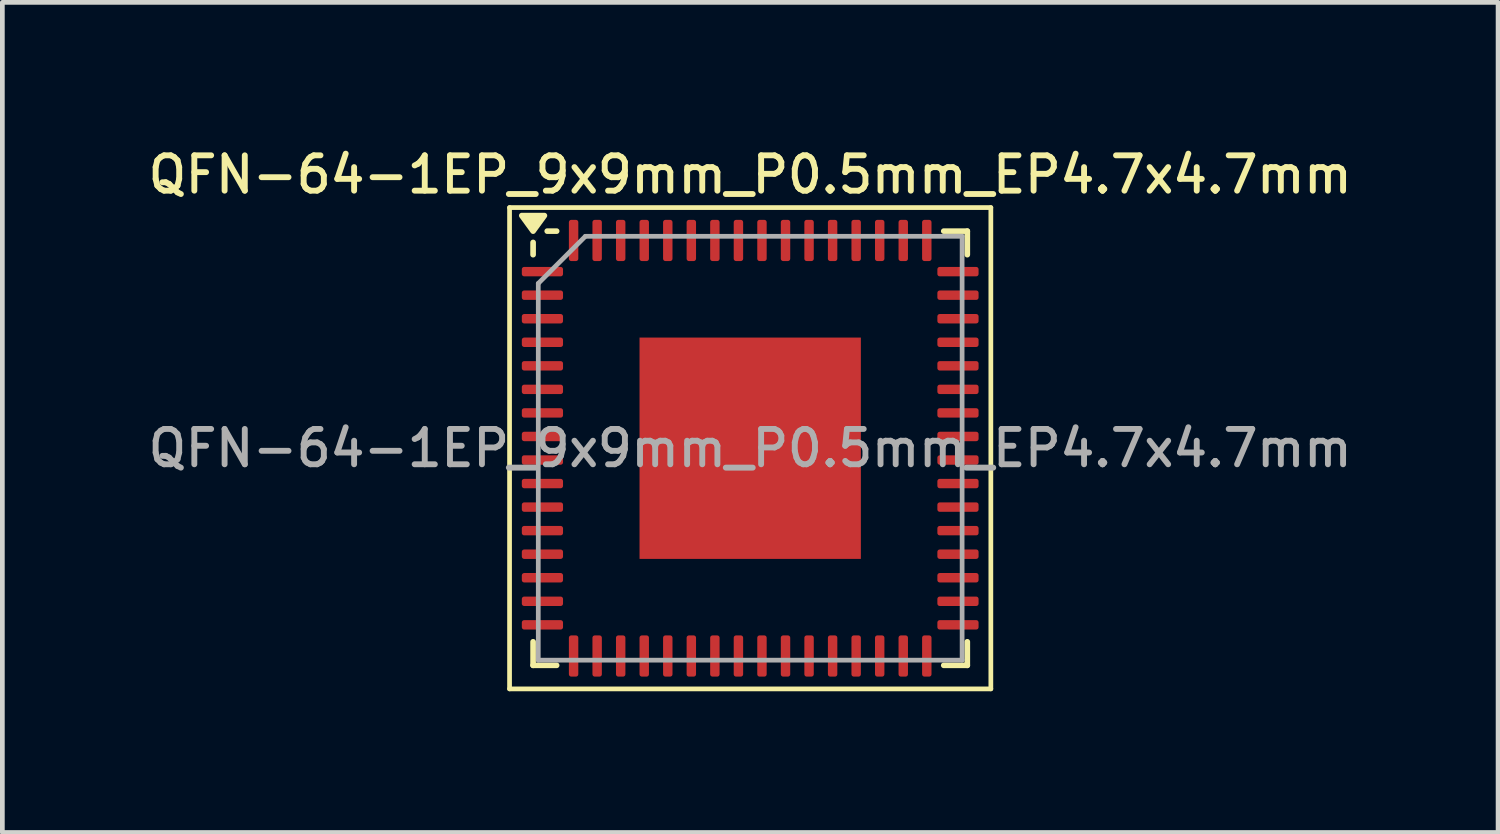
<source format=kicad_pcb>
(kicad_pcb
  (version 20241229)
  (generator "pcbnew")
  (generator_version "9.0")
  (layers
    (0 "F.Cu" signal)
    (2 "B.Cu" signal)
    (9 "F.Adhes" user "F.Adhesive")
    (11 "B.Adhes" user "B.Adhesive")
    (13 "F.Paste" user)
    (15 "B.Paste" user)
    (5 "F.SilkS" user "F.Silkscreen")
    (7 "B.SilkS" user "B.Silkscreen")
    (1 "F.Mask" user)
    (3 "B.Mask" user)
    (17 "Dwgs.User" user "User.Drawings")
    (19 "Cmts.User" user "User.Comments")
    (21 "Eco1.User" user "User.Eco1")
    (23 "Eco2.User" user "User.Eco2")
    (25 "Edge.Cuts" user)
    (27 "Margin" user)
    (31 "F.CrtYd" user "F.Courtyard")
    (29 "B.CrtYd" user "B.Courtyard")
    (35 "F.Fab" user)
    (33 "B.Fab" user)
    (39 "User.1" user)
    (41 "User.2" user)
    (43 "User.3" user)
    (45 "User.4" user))
  (footprint "QFN-64-1EP_9x9mm_P0.5mm_EP4.7x4.7mm"
    (layer "F.Cu")
    (at 12.88 6.468)
    (property "Reference" "QFN-64-1EP_9x9mm_P0.5mm_EP4.7x4.7mm" (at 0 -5.81 0) (layer "F.SilkS") (effects (font (size 0.75 0.75) (thickness 0.125))))
    (attr smd)
    (fp_line (start -5.11 -5.11) (end -5.11 5.11) (stroke (width 0.1) (type solid)) (layer "F.SilkS"))
    (fp_line (start -5.11 5.11) (end 5.11 5.11) (stroke (width 0.1) (type solid)) (layer "F.SilkS"))
    (fp_line (start -4.61 -4.11) (end -4.61 -4.37) (stroke (width 0.12) (type solid)) (layer "F.SilkS"))
    (fp_line (start -4.61 4.61) (end -4.61 4.11) (stroke (width 0.12) (type solid)) (layer "F.SilkS"))
    (fp_line (start -4.11 -4.61) (end -4.31 -4.61) (stroke (width 0.12) (type solid)) (layer "F.SilkS"))
    (fp_line (start -4.11 4.61) (end -4.61 4.61) (stroke (width 0.12) (type solid)) (layer "F.SilkS"))
    (fp_line (start 4.11 -4.61) (end 4.61 -4.61) (stroke (width 0.12) (type solid)) (layer "F.SilkS"))
    (fp_line (start 4.11 4.61) (end 4.61 4.61) (stroke (width 0.12) (type solid)) (layer "F.SilkS"))
    (fp_line (start 4.61 -4.61) (end 4.61 -4.11) (stroke (width 0.12) (type solid)) (layer "F.SilkS"))
    (fp_line (start 4.61 4.61) (end 4.61 4.11) (stroke (width 0.12) (type solid)) (layer "F.SilkS"))
    (fp_line (start 5.11 -5.11) (end -5.11 -5.11) (stroke (width 0.1) (type solid)) (layer "F.SilkS"))
    (fp_line (start 5.11 5.11) (end 5.11 -5.11) (stroke (width 0.1) (type solid)) (layer "F.SilkS"))
    (fp_poly (pts (xy -4.61 -4.61) (xy -4.85 -4.94) (xy -4.37 -4.94) (xy -4.61 -4.61)) (stroke (width 0.12) (type solid)) (fill yes) (layer "F.SilkS"))
    (fp_line (start -4.5 -3.5) (end -3.5 -4.5) (stroke (width 0.1) (type solid)) (layer "F.Fab"))
    (fp_line (start -4.5 4.5) (end -4.5 -3.5) (stroke (width 0.1) (type solid)) (layer "F.Fab"))
    (fp_line (start -3.5 -4.5) (end 4.5 -4.5) (stroke (width 0.1) (type solid)) (layer "F.Fab"))
    (fp_line (start 4.5 -4.5) (end 4.5 4.5) (stroke (width 0.1) (type solid)) (layer "F.Fab"))
    (fp_line (start 4.5 4.5) (end -4.5 4.5) (stroke (width 0.1) (type solid)) (layer "F.Fab"))
    (fp_text user "${REFERENCE}" (at 0 0 0) (layer "F.Fab") (effects (font (size 0.75 0.75) (thickness 0.125))))
    (pad "" smd roundrect (at -1.57 -1.57) (size 1.26 1.26) (layers "F.Paste") (roundrect_rratio 0.198))
    (pad "" smd roundrect (at -1.57 0) (size 1.26 1.26) (layers "F.Paste") (roundrect_rratio 0.198))
    (pad "" smd roundrect (at -1.57 1.57) (size 1.26 1.26) (layers "F.Paste") (roundrect_rratio 0.198))
    (pad "" smd roundrect (at 0 -1.57) (size 1.26 1.26) (layers "F.Paste") (roundrect_rratio 0.198))
    (pad "" smd roundrect (at 0 0) (size 1.26 1.26) (layers "F.Paste") (roundrect_rratio 0.198))
    (pad "" smd roundrect (at 0 1.57) (size 1.26 1.26) (layers "F.Paste") (roundrect_rratio 0.198))
    (pad "" smd roundrect (at 1.57 -1.57) (size 1.26 1.26) (layers "F.Paste") (roundrect_rratio 0.198))
    (pad "" smd roundrect (at 1.57 0) (size 1.26 1.26) (layers "F.Paste") (roundrect_rratio 0.198))
    (pad "" smd roundrect (at 1.57 1.57) (size 1.26 1.26) (layers "F.Paste") (roundrect_rratio 0.198))
    (pad "1" smd roundrect (at -4.412 -3.75) (size 0.875 0.2) (layers "F.Cu" "F.Mask" "F.Paste") (roundrect_rratio 0.25))
    (pad "2" smd roundrect (at -4.412 -3.25) (size 0.875 0.2) (layers "F.Cu" "F.Mask" "F.Paste") (roundrect_rratio 0.25))
    (pad "3" smd roundrect (at -4.412 -2.75) (size 0.875 0.2) (layers "F.Cu" "F.Mask" "F.Paste") (roundrect_rratio 0.25))
    (pad "4" smd roundrect (at -4.412 -2.25) (size 0.875 0.2) (layers "F.Cu" "F.Mask" "F.Paste") (roundrect_rratio 0.25))
    (pad "5" smd roundrect (at -4.412 -1.75) (size 0.875 0.2) (layers "F.Cu" "F.Mask" "F.Paste") (roundrect_rratio 0.25))
    (pad "6" smd roundrect (at -4.412 -1.25) (size 0.875 0.2) (layers "F.Cu" "F.Mask" "F.Paste") (roundrect_rratio 0.25))
    (pad "7" smd roundrect (at -4.412 -0.75) (size 0.875 0.2) (layers "F.Cu" "F.Mask" "F.Paste") (roundrect_rratio 0.25))
    (pad "8" smd roundrect (at -4.412 -0.25) (size 0.875 0.2) (layers "F.Cu" "F.Mask" "F.Paste") (roundrect_rratio 0.25))
    (pad "9" smd roundrect (at -4.412 0.25) (size 0.875 0.2) (layers "F.Cu" "F.Mask" "F.Paste") (roundrect_rratio 0.25))
    (pad "10" smd roundrect (at -4.412 0.75) (size 0.875 0.2) (layers "F.Cu" "F.Mask" "F.Paste") (roundrect_rratio 0.25))
    (pad "11" smd roundrect (at -4.412 1.25) (size 0.875 0.2) (layers "F.Cu" "F.Mask" "F.Paste") (roundrect_rratio 0.25))
    (pad "12" smd roundrect (at -4.412 1.75) (size 0.875 0.2) (layers "F.Cu" "F.Mask" "F.Paste") (roundrect_rratio 0.25))
    (pad "13" smd roundrect (at -4.412 2.25) (size 0.875 0.2) (layers "F.Cu" "F.Mask" "F.Paste") (roundrect_rratio 0.25))
    (pad "14" smd roundrect (at -4.412 2.75) (size 0.875 0.2) (layers "F.Cu" "F.Mask" "F.Paste") (roundrect_rratio 0.25))
    (pad "15" smd roundrect (at -4.412 3.25) (size 0.875 0.2) (layers "F.Cu" "F.Mask" "F.Paste") (roundrect_rratio 0.25))
    (pad "16" smd roundrect (at -4.412 3.75) (size 0.875 0.2) (layers "F.Cu" "F.Mask" "F.Paste") (roundrect_rratio 0.25))
    (pad "17" smd roundrect (at -3.75 4.412) (size 0.2 0.875) (layers "F.Cu" "F.Mask" "F.Paste") (roundrect_rratio 0.25))
    (pad "18" smd roundrect (at -3.25 4.412) (size 0.2 0.875) (layers "F.Cu" "F.Mask" "F.Paste") (roundrect_rratio 0.25))
    (pad "19" smd roundrect (at -2.75 4.412) (size 0.2 0.875) (layers "F.Cu" "F.Mask" "F.Paste") (roundrect_rratio 0.25))
    (pad "20" smd roundrect (at -2.25 4.412) (size 0.2 0.875) (layers "F.Cu" "F.Mask" "F.Paste") (roundrect_rratio 0.25))
    (pad "21" smd roundrect (at -1.75 4.412) (size 0.2 0.875) (layers "F.Cu" "F.Mask" "F.Paste") (roundrect_rratio 0.25))
    (pad "22" smd roundrect (at -1.25 4.412) (size 0.2 0.875) (layers "F.Cu" "F.Mask" "F.Paste") (roundrect_rratio 0.25))
    (pad "23" smd roundrect (at -0.75 4.412) (size 0.2 0.875) (layers "F.Cu" "F.Mask" "F.Paste") (roundrect_rratio 0.25))
    (pad "24" smd roundrect (at -0.25 4.412) (size 0.2 0.875) (layers "F.Cu" "F.Mask" "F.Paste") (roundrect_rratio 0.25))
    (pad "25" smd roundrect (at 0.25 4.412) (size 0.2 0.875) (layers "F.Cu" "F.Mask" "F.Paste") (roundrect_rratio 0.25))
    (pad "26" smd roundrect (at 0.75 4.412) (size 0.2 0.875) (layers "F.Cu" "F.Mask" "F.Paste") (roundrect_rratio 0.25))
    (pad "27" smd roundrect (at 1.25 4.412) (size 0.2 0.875) (layers "F.Cu" "F.Mask" "F.Paste") (roundrect_rratio 0.25))
    (pad "28" smd roundrect (at 1.75 4.412) (size 0.2 0.875) (layers "F.Cu" "F.Mask" "F.Paste") (roundrect_rratio 0.25))
    (pad "29" smd roundrect (at 2.25 4.412) (size 0.2 0.875) (layers "F.Cu" "F.Mask" "F.Paste") (roundrect_rratio 0.25))
    (pad "30" smd roundrect (at 2.75 4.412) (size 0.2 0.875) (layers "F.Cu" "F.Mask" "F.Paste") (roundrect_rratio 0.25))
    (pad "31" smd roundrect (at 3.25 4.412) (size 0.2 0.875) (layers "F.Cu" "F.Mask" "F.Paste") (roundrect_rratio 0.25))
    (pad "32" smd roundrect (at 3.75 4.412) (size 0.2 0.875) (layers "F.Cu" "F.Mask" "F.Paste") (roundrect_rratio 0.25))
    (pad "33" smd roundrect (at 4.412 3.75) (size 0.875 0.2) (layers "F.Cu" "F.Mask" "F.Paste") (roundrect_rratio 0.25))
    (pad "34" smd roundrect (at 4.412 3.25) (size 0.875 0.2) (layers "F.Cu" "F.Mask" "F.Paste") (roundrect_rratio 0.25))
    (pad "35" smd roundrect (at 4.412 2.75) (size 0.875 0.2) (layers "F.Cu" "F.Mask" "F.Paste") (roundrect_rratio 0.25))
    (pad "36" smd roundrect (at 4.412 2.25) (size 0.875 0.2) (layers "F.Cu" "F.Mask" "F.Paste") (roundrect_rratio 0.25))
    (pad "37" smd roundrect (at 4.412 1.75) (size 0.875 0.2) (layers "F.Cu" "F.Mask" "F.Paste") (roundrect_rratio 0.25))
    (pad "38" smd roundrect (at 4.412 1.25) (size 0.875 0.2) (layers "F.Cu" "F.Mask" "F.Paste") (roundrect_rratio 0.25))
    (pad "39" smd roundrect (at 4.412 0.75) (size 0.875 0.2) (layers "F.Cu" "F.Mask" "F.Paste") (roundrect_rratio 0.25))
    (pad "40" smd roundrect (at 4.412 0.25) (size 0.875 0.2) (layers "F.Cu" "F.Mask" "F.Paste") (roundrect_rratio 0.25))
    (pad "41" smd roundrect (at 4.412 -0.25) (size 0.875 0.2) (layers "F.Cu" "F.Mask" "F.Paste") (roundrect_rratio 0.25))
    (pad "42" smd roundrect (at 4.412 -0.75) (size 0.875 0.2) (layers "F.Cu" "F.Mask" "F.Paste") (roundrect_rratio 0.25))
    (pad "43" smd roundrect (at 4.412 -1.25) (size 0.875 0.2) (layers "F.Cu" "F.Mask" "F.Paste") (roundrect_rratio 0.25))
    (pad "44" smd roundrect (at 4.412 -1.75) (size 0.875 0.2) (layers "F.Cu" "F.Mask" "F.Paste") (roundrect_rratio 0.25))
    (pad "45" smd roundrect (at 4.412 -2.25) (size 0.875 0.2) (layers "F.Cu" "F.Mask" "F.Paste") (roundrect_rratio 0.25))
    (pad "46" smd roundrect (at 4.412 -2.75) (size 0.875 0.2) (layers "F.Cu" "F.Mask" "F.Paste") (roundrect_rratio 0.25))
    (pad "47" smd roundrect (at 4.412 -3.25) (size 0.875 0.2) (layers "F.Cu" "F.Mask" "F.Paste") (roundrect_rratio 0.25))
    (pad "48" smd roundrect (at 4.412 -3.75) (size 0.875 0.2) (layers "F.Cu" "F.Mask" "F.Paste") (roundrect_rratio 0.25))
    (pad "49" smd roundrect (at 3.75 -4.412) (size 0.2 0.875) (layers "F.Cu" "F.Mask" "F.Paste") (roundrect_rratio 0.25))
    (pad "50" smd roundrect (at 3.25 -4.412) (size 0.2 0.875) (layers "F.Cu" "F.Mask" "F.Paste") (roundrect_rratio 0.25))
    (pad "51" smd roundrect (at 2.75 -4.412) (size 0.2 0.875) (layers "F.Cu" "F.Mask" "F.Paste") (roundrect_rratio 0.25))
    (pad "52" smd roundrect (at 2.25 -4.412) (size 0.2 0.875) (layers "F.Cu" "F.Mask" "F.Paste") (roundrect_rratio 0.25))
    (pad "53" smd roundrect (at 1.75 -4.412) (size 0.2 0.875) (layers "F.Cu" "F.Mask" "F.Paste") (roundrect_rratio 0.25))
    (pad "54" smd roundrect (at 1.25 -4.412) (size 0.2 0.875) (layers "F.Cu" "F.Mask" "F.Paste") (roundrect_rratio 0.25))
    (pad "55" smd roundrect (at 0.75 -4.412) (size 0.2 0.875) (layers "F.Cu" "F.Mask" "F.Paste") (roundrect_rratio 0.25))
    (pad "56" smd roundrect (at 0.25 -4.412) (size 0.2 0.875) (layers "F.Cu" "F.Mask" "F.Paste") (roundrect_rratio 0.25))
    (pad "57" smd roundrect (at -0.25 -4.412) (size 0.2 0.875) (layers "F.Cu" "F.Mask" "F.Paste") (roundrect_rratio 0.25))
    (pad "58" smd roundrect (at -0.75 -4.412) (size 0.2 0.875) (layers "F.Cu" "F.Mask" "F.Paste") (roundrect_rratio 0.25))
    (pad "59" smd roundrect (at -1.25 -4.412) (size 0.2 0.875) (layers "F.Cu" "F.Mask" "F.Paste") (roundrect_rratio 0.25))
    (pad "60" smd roundrect (at -1.75 -4.412) (size 0.2 0.875) (layers "F.Cu" "F.Mask" "F.Paste") (roundrect_rratio 0.25))
    (pad "61" smd roundrect (at -2.25 -4.412) (size 0.2 0.875) (layers "F.Cu" "F.Mask" "F.Paste") (roundrect_rratio 0.25))
    (pad "62" smd roundrect (at -2.75 -4.412) (size 0.2 0.875) (layers "F.Cu" "F.Mask" "F.Paste") (roundrect_rratio 0.25))
    (pad "63" smd roundrect (at -3.25 -4.412) (size 0.2 0.875) (layers "F.Cu" "F.Mask" "F.Paste") (roundrect_rratio 0.25))
    (pad "64" smd roundrect (at -3.75 -4.412) (size 0.2 0.875) (layers "F.Cu" "F.Mask" "F.Paste") (roundrect_rratio 0.25))
    (pad "65" smd rect (at 0 0) (size 4.7 4.7) (property pad_prop_heatsink) (layers "F.Cu" "F.Mask")))
  (gr_rect
    (start -3 -3)
    (end 28.761 14.628)
    (stroke (width 0.1) (type default))
    (fill no)
    (layer "Edge.Cuts")))
</source>
